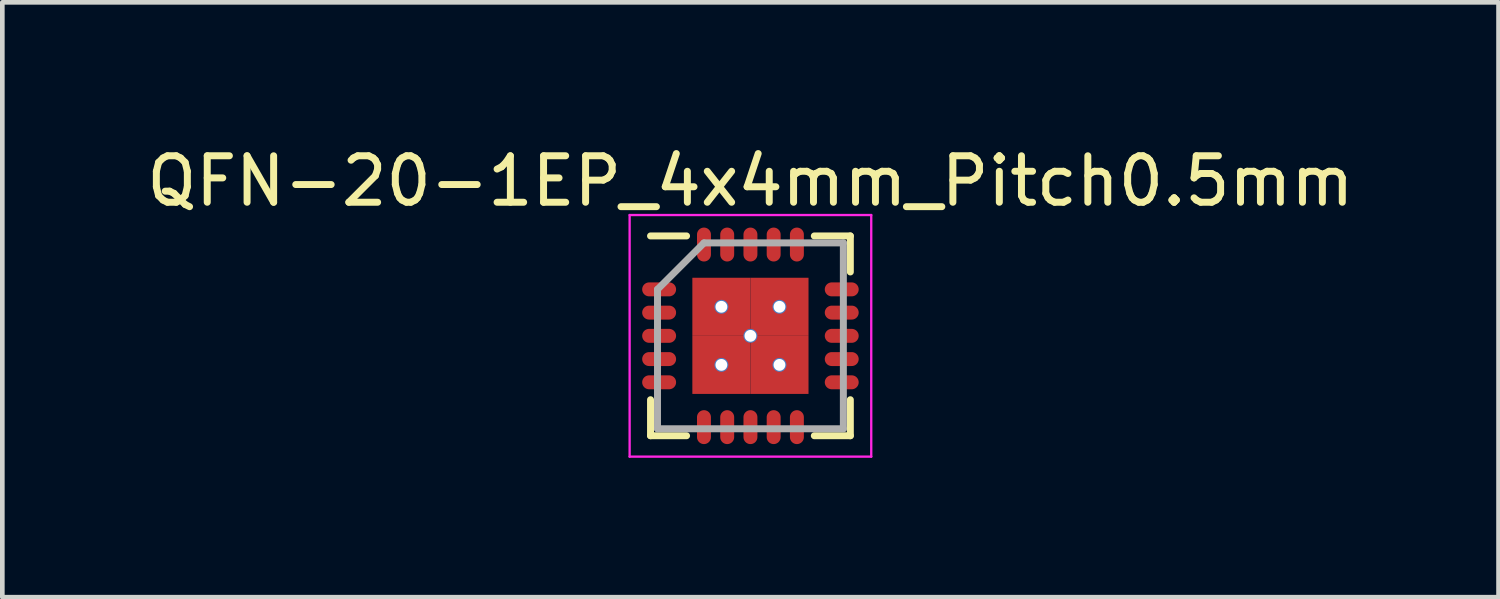
<source format=kicad_pcb>
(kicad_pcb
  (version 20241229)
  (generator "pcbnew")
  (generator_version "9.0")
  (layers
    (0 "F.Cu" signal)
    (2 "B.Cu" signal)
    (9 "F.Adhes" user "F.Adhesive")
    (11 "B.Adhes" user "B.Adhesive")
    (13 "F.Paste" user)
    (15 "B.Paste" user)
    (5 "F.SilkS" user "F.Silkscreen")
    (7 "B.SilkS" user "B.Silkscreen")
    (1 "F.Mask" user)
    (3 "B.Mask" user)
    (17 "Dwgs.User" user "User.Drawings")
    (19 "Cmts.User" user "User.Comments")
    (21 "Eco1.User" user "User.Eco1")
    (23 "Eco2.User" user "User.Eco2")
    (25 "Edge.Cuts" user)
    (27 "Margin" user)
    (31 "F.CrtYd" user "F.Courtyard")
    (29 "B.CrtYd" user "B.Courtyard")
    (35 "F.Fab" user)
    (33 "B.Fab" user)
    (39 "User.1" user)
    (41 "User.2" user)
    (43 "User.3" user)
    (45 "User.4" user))
  (footprint "QFN-20-1EP_4x4mm_Pitch0.5mm"
    (layer "F.Cu")
    (at 13.101 4.178)
    (property "Reference" "QFN-20-1EP_4x4mm_Pitch0.5mm" (at 0 -3.33 0) (layer "F.SilkS") (effects (font (size 1 1) (thickness 0.15))))
    (attr smd)
    (fp_line (start -2.15 -2.15) (end -1.375 -2.15) (stroke (width 0.15) (type solid)) (layer "F.SilkS"))
    (fp_line (start -2.15 2.15) (end -2.15 1.375) (stroke (width 0.15) (type solid)) (layer "F.SilkS"))
    (fp_line (start -2.15 2.15) (end -1.375 2.15) (stroke (width 0.15) (type solid)) (layer "F.SilkS"))
    (fp_line (start 2.15 -2.15) (end 1.375 -2.15) (stroke (width 0.15) (type solid)) (layer "F.SilkS"))
    (fp_line (start 2.15 -2.15) (end 2.15 -1.375) (stroke (width 0.15) (type solid)) (layer "F.SilkS"))
    (fp_line (start 2.15 2.15) (end 1.375 2.15) (stroke (width 0.15) (type solid)) (layer "F.SilkS"))
    (fp_line (start 2.15 2.15) (end 2.15 1.375) (stroke (width 0.15) (type solid)) (layer "F.SilkS"))
    (fp_line (start -2.6 -2.6) (end -2.6 2.6) (stroke (width 0.05) (type solid)) (layer "F.CrtYd"))
    (fp_line (start -2.6 -2.6) (end 2.6 -2.6) (stroke (width 0.05) (type solid)) (layer "F.CrtYd"))
    (fp_line (start -2.6 2.6) (end 2.6 2.6) (stroke (width 0.05) (type solid)) (layer "F.CrtYd"))
    (fp_line (start 2.6 -2.6) (end 2.6 2.6) (stroke (width 0.05) (type solid)) (layer "F.CrtYd"))
    (fp_line (start -2 -1) (end -1 -2) (stroke (width 0.15) (type solid)) (layer "F.Fab"))
    (fp_line (start -2 2) (end -2 -1) (stroke (width 0.15) (type solid)) (layer "F.Fab"))
    (fp_line (start -1 -2) (end 2 -2) (stroke (width 0.15) (type solid)) (layer "F.Fab"))
    (fp_line (start 2 -2) (end 2 2) (stroke (width 0.15) (type solid)) (layer "F.Fab"))
    (fp_line (start 2 2) (end -2 2) (stroke (width 0.15) (type solid)) (layer "F.Fab"))
    (pad "1" smd oval (at -1.965 -1) (size 0.73 0.3) (layers "F.Cu" "F.Mask" "F.Paste"))
    (pad "2" smd oval (at -1.965 -0.5) (size 0.73 0.3) (layers "F.Cu" "F.Mask" "F.Paste"))
    (pad "3" smd oval (at -1.965 0) (size 0.73 0.3) (layers "F.Cu" "F.Mask" "F.Paste"))
    (pad "4" smd oval (at -1.965 0.5) (size 0.73 0.3) (layers "F.Cu" "F.Mask" "F.Paste"))
    (pad "5" smd oval (at -1.965 1) (size 0.73 0.3) (layers "F.Cu" "F.Mask" "F.Paste"))
    (pad "6" smd oval (at -1 1.965 90) (size 0.73 0.3) (layers "F.Cu" "F.Mask" "F.Paste"))
    (pad "7" smd oval (at -0.5 1.965 90) (size 0.73 0.3) (layers "F.Cu" "F.Mask" "F.Paste"))
    (pad "8" smd oval (at 0 1.965 90) (size 0.73 0.3) (layers "F.Cu" "F.Mask" "F.Paste"))
    (pad "9" smd oval (at 0.5 1.965 90) (size 0.73 0.3) (layers "F.Cu" "F.Mask" "F.Paste"))
    (pad "10" smd oval (at 1 1.965 90) (size 0.73 0.3) (layers "F.Cu" "F.Mask" "F.Paste"))
    (pad "11" smd oval (at 1.965 1) (size 0.73 0.3) (layers "F.Cu" "F.Mask" "F.Paste"))
    (pad "12" smd oval (at 1.965 0.5) (size 0.73 0.3) (layers "F.Cu" "F.Mask" "F.Paste"))
    (pad "13" smd oval (at 1.965 0) (size 0.73 0.3) (layers "F.Cu" "F.Mask" "F.Paste"))
    (pad "14" smd oval (at 1.965 -0.5) (size 0.73 0.3) (layers "F.Cu" "F.Mask" "F.Paste"))
    (pad "15" smd oval (at 1.965 -1) (size 0.73 0.3) (layers "F.Cu" "F.Mask" "F.Paste"))
    (pad "16" smd oval (at 1 -1.965 90) (size 0.73 0.3) (layers "F.Cu" "F.Mask" "F.Paste"))
    (pad "17" smd oval (at 0.5 -1.965 90) (size 0.73 0.3) (layers "F.Cu" "F.Mask" "F.Paste"))
    (pad "18" smd oval (at 0 -1.965 90) (size 0.73 0.3) (layers "F.Cu" "F.Mask" "F.Paste"))
    (pad "19" smd oval (at -0.5 -1.965 90) (size 0.73 0.3) (layers "F.Cu" "F.Mask" "F.Paste"))
    (pad "20" smd oval (at -1 -1.965 90) (size 0.73 0.3) (layers "F.Cu" "F.Mask" "F.Paste"))
    (pad "21" thru_hole circle (at -0.625 -0.625) (size 0.3 0.3) (drill 0.254) (layers "*.Cu" "*.Mask"))
    (pad "21" smd rect (at -0.625 -0.625) (size 1.25 1.25) (layers "F.Cu" "F.Mask" "F.Paste"))
    (pad "21" thru_hole circle (at -0.625 0.625) (size 0.3 0.3) (drill 0.254) (layers "*.Cu" "*.Mask"))
    (pad "21" smd rect (at -0.625 0.625) (size 1.25 1.25) (layers "F.Cu" "F.Mask" "F.Paste"))
    (pad "21" thru_hole circle (at 0 0) (size 0.3 0.3) (drill 0.254) (layers "*.Cu" "*.Mask"))
    (pad "21" thru_hole circle (at 0.625 -0.625) (size 0.3 0.3) (drill 0.254) (layers "*.Cu" "*.Mask"))
    (pad "21" smd rect (at 0.625 -0.625) (size 1.25 1.25) (layers "F.Cu" "F.Mask" "F.Paste"))
    (pad "21" thru_hole circle (at 0.625 0.625) (size 0.3 0.3) (drill 0.254) (layers "*.Cu" "*.Mask"))
    (pad "21" smd rect (at 0.625 0.625) (size 1.25 1.25) (layers "F.Cu" "F.Mask" "F.Paste")))
  (gr_rect
    (start -3 -3)
    (end 29.202 9.803)
    (stroke (width 0.1) (type default))
    (fill no)
    (layer "Edge.Cuts")))
</source>
